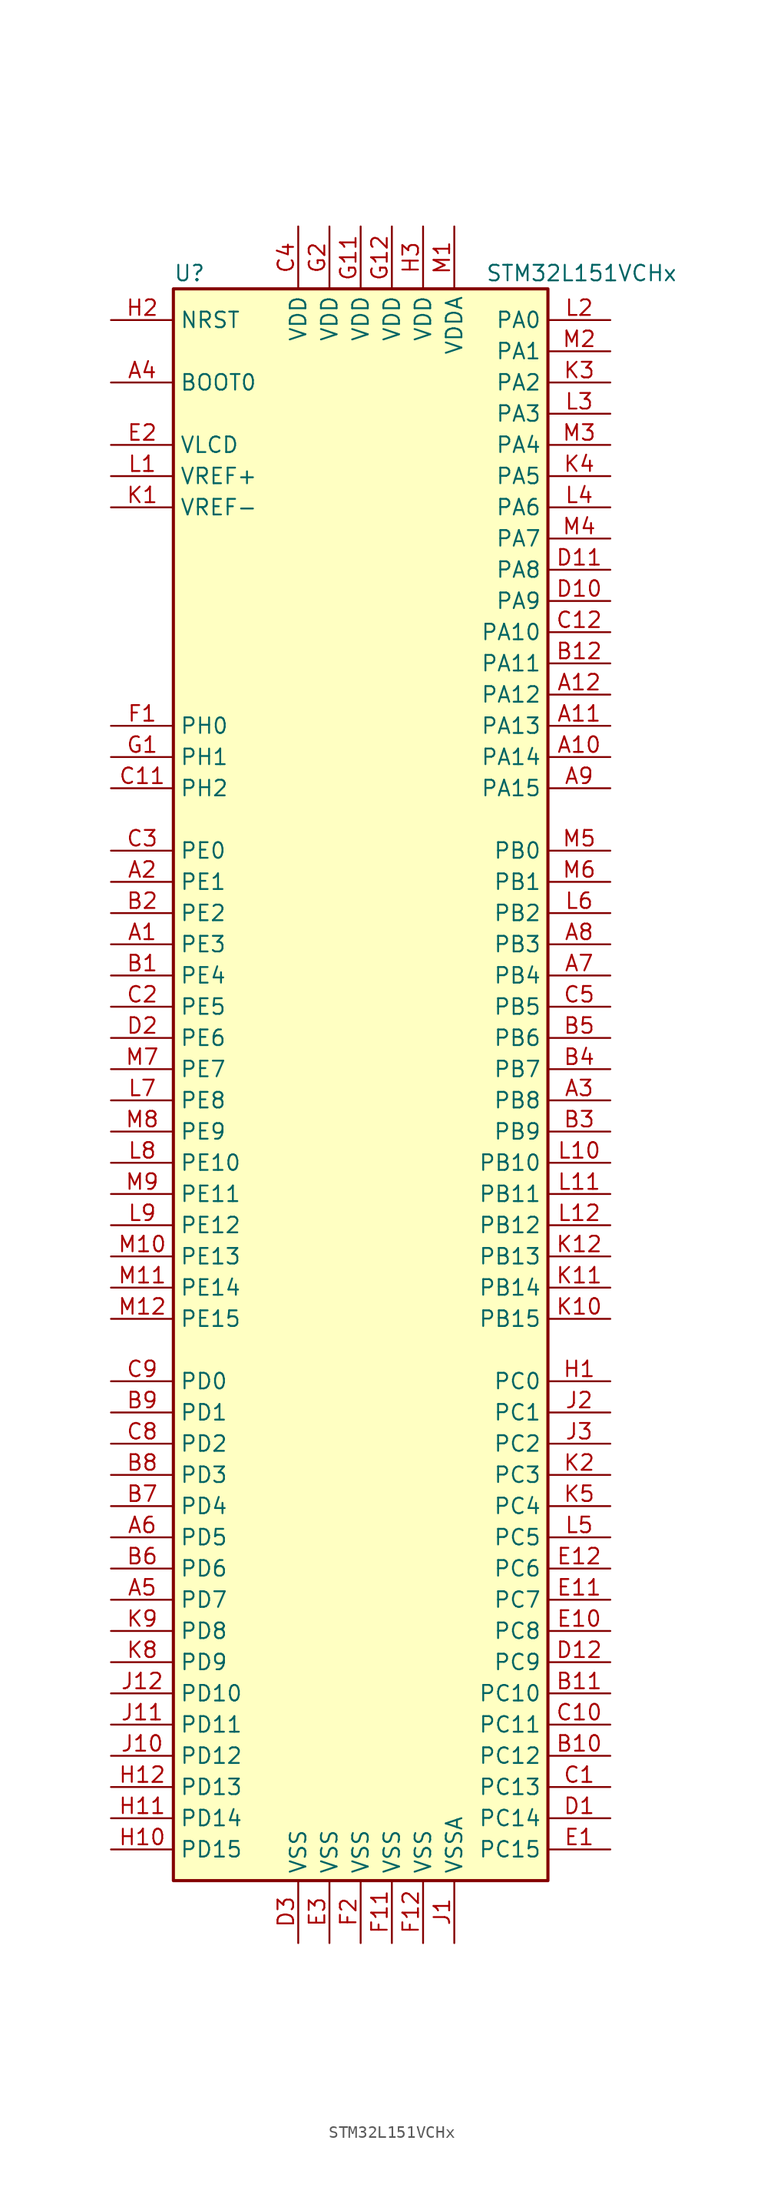
<source format=kicad_sym>
(kicad_symbol_lib
  (version 20201005)
  (generator kicad_symbol_editor)
  (symbol "STM32L151VCHx"
    (property "Reference" "U"
      (at -15.24 64.77 0)
      (effects (font (size 1.27 1.27)) (justify left)))
    (property "Value" "STM32L151VCHx"
      (at 10.16 64.77 0)
      (effects (font (size 1.27 1.27)) (justify left)))
    (symbol "STM32L151VCHx_0_1"
      (rectangle (start -15.24 -66.04) (end 15.24 63.5) (stroke (width 0.254)) (fill (type background))))
    (symbol "STM32L151VCHx_1_1"
      (pin bidirectional line (at -20.32 10.16 0) (length 5.08) (name "PE3" (effects (font (size 1.27 1.27)))) (number "A1" (effects (font (size 1.27 1.27)))))
      (pin bidirectional line (at 20.32 25.4 180) (length 5.08) (name "PA14" (effects (font (size 1.27 1.27)))) (number "A10" (effects (font (size 1.27 1.27)))))
      (pin bidirectional line (at 20.32 27.94 180) (length 5.08) (name "PA13" (effects (font (size 1.27 1.27)))) (number "A11" (effects (font (size 1.27 1.27)))))
      (pin bidirectional line (at 20.32 30.48 180) (length 5.08) (name "PA12" (effects (font (size 1.27 1.27)))) (number "A12" (effects (font (size 1.27 1.27)))))
      (pin bidirectional line (at -20.32 15.24 0) (length 5.08) (name "PE1" (effects (font (size 1.27 1.27)))) (number "A2" (effects (font (size 1.27 1.27)))))
      (pin bidirectional line (at 20.32 -2.54 180) (length 5.08) (name "PB8" (effects (font (size 1.27 1.27)))) (number "A3" (effects (font (size 1.27 1.27)))))
      (pin input line (at -20.32 55.88 0) (length 5.08) (name "BOOT0" (effects (font (size 1.27 1.27)))) (number "A4" (effects (font (size 1.27 1.27)))))
      (pin bidirectional line (at -20.32 -43.18 0) (length 5.08) (name "PD7" (effects (font (size 1.27 1.27)))) (number "A5" (effects (font (size 1.27 1.27)))))
      (pin bidirectional line (at -20.32 -38.1 0) (length 5.08) (name "PD5" (effects (font (size 1.27 1.27)))) (number "A6" (effects (font (size 1.27 1.27)))))
      (pin bidirectional line (at 20.32 7.62 180) (length 5.08) (name "PB4" (effects (font (size 1.27 1.27)))) (number "A7" (effects (font (size 1.27 1.27)))))
      (pin bidirectional line (at 20.32 10.16 180) (length 5.08) (name "PB3" (effects (font (size 1.27 1.27)))) (number "A8" (effects (font (size 1.27 1.27)))))
      (pin bidirectional line (at 20.32 22.86 180) (length 5.08) (name "PA15" (effects (font (size 1.27 1.27)))) (number "A9" (effects (font (size 1.27 1.27)))))
      (pin bidirectional line (at -20.32 7.62 0) (length 5.08) (name "PE4" (effects (font (size 1.27 1.27)))) (number "B1" (effects (font (size 1.27 1.27)))))
      (pin bidirectional line (at 20.32 -55.88 180) (length 5.08) (name "PC12" (effects (font (size 1.27 1.27)))) (number "B10" (effects (font (size 1.27 1.27)))))
      (pin bidirectional line (at 20.32 -50.8 180) (length 5.08) (name "PC10" (effects (font (size 1.27 1.27)))) (number "B11" (effects (font (size 1.27 1.27)))))
      (pin bidirectional line (at 20.32 33.02 180) (length 5.08) (name "PA11" (effects (font (size 1.27 1.27)))) (number "B12" (effects (font (size 1.27 1.27)))))
      (pin bidirectional line (at -20.32 12.7 0) (length 5.08) (name "PE2" (effects (font (size 1.27 1.27)))) (number "B2" (effects (font (size 1.27 1.27)))))
      (pin bidirectional line (at 20.32 -5.08 180) (length 5.08) (name "PB9" (effects (font (size 1.27 1.27)))) (number "B3" (effects (font (size 1.27 1.27)))))
      (pin bidirectional line (at 20.32 0 180) (length 5.08) (name "PB7" (effects (font (size 1.27 1.27)))) (number "B4" (effects (font (size 1.27 1.27)))))
      (pin bidirectional line (at 20.32 2.54 180) (length 5.08) (name "PB6" (effects (font (size 1.27 1.27)))) (number "B5" (effects (font (size 1.27 1.27)))))
      (pin bidirectional line (at -20.32 -40.64 0) (length 5.08) (name "PD6" (effects (font (size 1.27 1.27)))) (number "B6" (effects (font (size 1.27 1.27)))))
      (pin bidirectional line (at -20.32 -35.56 0) (length 5.08) (name "PD4" (effects (font (size 1.27 1.27)))) (number "B7" (effects (font (size 1.27 1.27)))))
      (pin bidirectional line (at -20.32 -33.02 0) (length 5.08) (name "PD3" (effects (font (size 1.27 1.27)))) (number "B8" (effects (font (size 1.27 1.27)))))
      (pin bidirectional line (at -20.32 -27.94 0) (length 5.08) (name "PD1" (effects (font (size 1.27 1.27)))) (number "B9" (effects (font (size 1.27 1.27)))))
      (pin bidirectional line (at 20.32 -58.42 180) (length 5.08) (name "PC13" (effects (font (size 1.27 1.27)))) (number "C1" (effects (font (size 1.27 1.27)))))
      (pin bidirectional line (at 20.32 -53.34 180) (length 5.08) (name "PC11" (effects (font (size 1.27 1.27)))) (number "C10" (effects (font (size 1.27 1.27)))))
      (pin bidirectional line (at -20.32 22.86 0) (length 5.08) (name "PH2" (effects (font (size 1.27 1.27)))) (number "C11" (effects (font (size 1.27 1.27)))))
      (pin bidirectional line (at 20.32 35.56 180) (length 5.08) (name "PA10" (effects (font (size 1.27 1.27)))) (number "C12" (effects (font (size 1.27 1.27)))))
      (pin bidirectional line (at -20.32 5.08 0) (length 5.08) (name "PE5" (effects (font (size 1.27 1.27)))) (number "C2" (effects (font (size 1.27 1.27)))))
      (pin bidirectional line (at -20.32 17.78 0) (length 5.08) (name "PE0" (effects (font (size 1.27 1.27)))) (number "C3" (effects (font (size 1.27 1.27)))))
      (pin power_in line (at -5.08 68.58 270) (length 5.08) (name "VDD" (effects (font (size 1.27 1.27)))) (number "C4" (effects (font (size 1.27 1.27)))))
      (pin bidirectional line (at 20.32 5.08 180) (length 5.08) (name "PB5" (effects (font (size 1.27 1.27)))) (number "C5" (effects (font (size 1.27 1.27)))))
      (pin bidirectional line (at -20.32 -30.48 0) (length 5.08) (name "PD2" (effects (font (size 1.27 1.27)))) (number "C8" (effects (font (size 1.27 1.27)))))
      (pin bidirectional line (at -20.32 -25.4 0) (length 5.08) (name "PD0" (effects (font (size 1.27 1.27)))) (number "C9" (effects (font (size 1.27 1.27)))))
      (pin bidirectional line (at 20.32 -60.96 180) (length 5.08) (name "PC14" (effects (font (size 1.27 1.27)))) (number "D1" (effects (font (size 1.27 1.27)))))
      (pin bidirectional line (at 20.32 38.1 180) (length 5.08) (name "PA9" (effects (font (size 1.27 1.27)))) (number "D10" (effects (font (size 1.27 1.27)))))
      (pin bidirectional line (at 20.32 40.64 180) (length 5.08) (name "PA8" (effects (font (size 1.27 1.27)))) (number "D11" (effects (font (size 1.27 1.27)))))
      (pin bidirectional line (at 20.32 -48.26 180) (length 5.08) (name "PC9" (effects (font (size 1.27 1.27)))) (number "D12" (effects (font (size 1.27 1.27)))))
      (pin bidirectional line (at -20.32 2.54 0) (length 5.08) (name "PE6" (effects (font (size 1.27 1.27)))) (number "D2" (effects (font (size 1.27 1.27)))))
      (pin power_in line (at -5.08 -71.12 90) (length 5.08) (name "VSS" (effects (font (size 1.27 1.27)))) (number "D3" (effects (font (size 1.27 1.27)))))
      (pin bidirectional line (at 20.32 -63.5 180) (length 5.08) (name "PC15" (effects (font (size 1.27 1.27)))) (number "E1" (effects (font (size 1.27 1.27)))))
      (pin bidirectional line (at 20.32 -45.72 180) (length 5.08) (name "PC8" (effects (font (size 1.27 1.27)))) (number "E10" (effects (font (size 1.27 1.27)))))
      (pin bidirectional line (at 20.32 -43.18 180) (length 5.08) (name "PC7" (effects (font (size 1.27 1.27)))) (number "E11" (effects (font (size 1.27 1.27)))))
      (pin bidirectional line (at 20.32 -40.64 180) (length 5.08) (name "PC6" (effects (font (size 1.27 1.27)))) (number "E12" (effects (font (size 1.27 1.27)))))
      (pin power_in line (at -20.32 50.8 0) (length 5.08) (name "VLCD" (effects (font (size 1.27 1.27)))) (number "E2" (effects (font (size 1.27 1.27)))))
      (pin power_in line (at -2.54 -71.12 90) (length 5.08) (name "VSS" (effects (font (size 1.27 1.27)))) (number "E3" (effects (font (size 1.27 1.27)))))
      (pin input line (at -20.32 27.94 0) (length 5.08) (name "PH0" (effects (font (size 1.27 1.27)))) (number "F1" (effects (font (size 1.27 1.27)))))
      (pin power_in line (at 2.54 -71.12 90) (length 5.08) (name "VSS" (effects (font (size 1.27 1.27)))) (number "F11" (effects (font (size 1.27 1.27)))))
      (pin power_in line (at 5.08 -71.12 90) (length 5.08) (name "VSS" (effects (font (size 1.27 1.27)))) (number "F12" (effects (font (size 1.27 1.27)))))
      (pin power_in line (at 0 -71.12 90) (length 5.08) (name "VSS" (effects (font (size 1.27 1.27)))) (number "F2" (effects (font (size 1.27 1.27)))))
      (pin input line (at -20.32 25.4 0) (length 5.08) (name "PH1" (effects (font (size 1.27 1.27)))) (number "G1" (effects (font (size 1.27 1.27)))))
      (pin power_in line (at 0 68.58 270) (length 5.08) (name "VDD" (effects (font (size 1.27 1.27)))) (number "G11" (effects (font (size 1.27 1.27)))))
      (pin power_in line (at 2.54 68.58 270) (length 5.08) (name "VDD" (effects (font (size 1.27 1.27)))) (number "G12" (effects (font (size 1.27 1.27)))))
      (pin power_in line (at -2.54 68.58 270) (length 5.08) (name "VDD" (effects (font (size 1.27 1.27)))) (number "G2" (effects (font (size 1.27 1.27)))))
      (pin bidirectional line (at 20.32 -25.4 180) (length 5.08) (name "PC0" (effects (font (size 1.27 1.27)))) (number "H1" (effects (font (size 1.27 1.27)))))
      (pin bidirectional line (at -20.32 -63.5 0) (length 5.08) (name "PD15" (effects (font (size 1.27 1.27)))) (number "H10" (effects (font (size 1.27 1.27)))))
      (pin bidirectional line (at -20.32 -60.96 0) (length 5.08) (name "PD14" (effects (font (size 1.27 1.27)))) (number "H11" (effects (font (size 1.27 1.27)))))
      (pin bidirectional line (at -20.32 -58.42 0) (length 5.08) (name "PD13" (effects (font (size 1.27 1.27)))) (number "H12" (effects (font (size 1.27 1.27)))))
      (pin input line (at -20.32 60.96 0) (length 5.08) (name "NRST" (effects (font (size 1.27 1.27)))) (number "H2" (effects (font (size 1.27 1.27)))))
      (pin power_in line (at 5.08 68.58 270) (length 5.08) (name "VDD" (effects (font (size 1.27 1.27)))) (number "H3" (effects (font (size 1.27 1.27)))))
      (pin power_in line (at 7.62 -71.12 90) (length 5.08) (name "VSSA" (effects (font (size 1.27 1.27)))) (number "J1" (effects (font (size 1.27 1.27)))))
      (pin bidirectional line (at -20.32 -55.88 0) (length 5.08) (name "PD12" (effects (font (size 1.27 1.27)))) (number "J10" (effects (font (size 1.27 1.27)))))
      (pin bidirectional line (at -20.32 -53.34 0) (length 5.08) (name "PD11" (effects (font (size 1.27 1.27)))) (number "J11" (effects (font (size 1.27 1.27)))))
      (pin bidirectional line (at -20.32 -50.8 0) (length 5.08) (name "PD10" (effects (font (size 1.27 1.27)))) (number "J12" (effects (font (size 1.27 1.27)))))
      (pin bidirectional line (at 20.32 -27.94 180) (length 5.08) (name "PC1" (effects (font (size 1.27 1.27)))) (number "J2" (effects (font (size 1.27 1.27)))))
      (pin bidirectional line (at 20.32 -30.48 180) (length 5.08) (name "PC2" (effects (font (size 1.27 1.27)))) (number "J3" (effects (font (size 1.27 1.27)))))
      (pin power_in line (at -20.32 45.72 0) (length 5.08) (name "VREF-" (effects (font (size 1.27 1.27)))) (number "K1" (effects (font (size 1.27 1.27)))))
      (pin bidirectional line (at 20.32 -20.32 180) (length 5.08) (name "PB15" (effects (font (size 1.27 1.27)))) (number "K10" (effects (font (size 1.27 1.27)))))
      (pin bidirectional line (at 20.32 -17.78 180) (length 5.08) (name "PB14" (effects (font (size 1.27 1.27)))) (number "K11" (effects (font (size 1.27 1.27)))))
      (pin bidirectional line (at 20.32 -15.24 180) (length 5.08) (name "PB13" (effects (font (size 1.27 1.27)))) (number "K12" (effects (font (size 1.27 1.27)))))
      (pin bidirectional line (at 20.32 -33.02 180) (length 5.08) (name "PC3" (effects (font (size 1.27 1.27)))) (number "K2" (effects (font (size 1.27 1.27)))))
      (pin bidirectional line (at 20.32 55.88 180) (length 5.08) (name "PA2" (effects (font (size 1.27 1.27)))) (number "K3" (effects (font (size 1.27 1.27)))))
      (pin bidirectional line (at 20.32 48.26 180) (length 5.08) (name "PA5" (effects (font (size 1.27 1.27)))) (number "K4" (effects (font (size 1.27 1.27)))))
      (pin bidirectional line (at 20.32 -35.56 180) (length 5.08) (name "PC4" (effects (font (size 1.27 1.27)))) (number "K5" (effects (font (size 1.27 1.27)))))
      (pin bidirectional line (at -20.32 -48.26 0) (length 5.08) (name "PD9" (effects (font (size 1.27 1.27)))) (number "K8" (effects (font (size 1.27 1.27)))))
      (pin bidirectional line (at -20.32 -45.72 0) (length 5.08) (name "PD8" (effects (font (size 1.27 1.27)))) (number "K9" (effects (font (size 1.27 1.27)))))
      (pin power_in line (at -20.32 48.26 0) (length 5.08) (name "VREF+" (effects (font (size 1.27 1.27)))) (number "L1" (effects (font (size 1.27 1.27)))))
      (pin bidirectional line (at 20.32 -7.62 180) (length 5.08) (name "PB10" (effects (font (size 1.27 1.27)))) (number "L10" (effects (font (size 1.27 1.27)))))
      (pin bidirectional line (at 20.32 -10.16 180) (length 5.08) (name "PB11" (effects (font (size 1.27 1.27)))) (number "L11" (effects (font (size 1.27 1.27)))))
      (pin bidirectional line (at 20.32 -12.7 180) (length 5.08) (name "PB12" (effects (font (size 1.27 1.27)))) (number "L12" (effects (font (size 1.27 1.27)))))
      (pin bidirectional line (at 20.32 60.96 180) (length 5.08) (name "PA0" (effects (font (size 1.27 1.27)))) (number "L2" (effects (font (size 1.27 1.27)))))
      (pin bidirectional line (at 20.32 53.34 180) (length 5.08) (name "PA3" (effects (font (size 1.27 1.27)))) (number "L3" (effects (font (size 1.27 1.27)))))
      (pin bidirectional line (at 20.32 45.72 180) (length 5.08) (name "PA6" (effects (font (size 1.27 1.27)))) (number "L4" (effects (font (size 1.27 1.27)))))
      (pin bidirectional line (at 20.32 -38.1 180) (length 5.08) (name "PC5" (effects (font (size 1.27 1.27)))) (number "L5" (effects (font (size 1.27 1.27)))))
      (pin bidirectional line (at 20.32 12.7 180) (length 5.08) (name "PB2" (effects (font (size 1.27 1.27)))) (number "L6" (effects (font (size 1.27 1.27)))))
      (pin bidirectional line (at -20.32 -2.54 0) (length 5.08) (name "PE8" (effects (font (size 1.27 1.27)))) (number "L7" (effects (font (size 1.27 1.27)))))
      (pin bidirectional line (at -20.32 -7.62 0) (length 5.08) (name "PE10" (effects (font (size 1.27 1.27)))) (number "L8" (effects (font (size 1.27 1.27)))))
      (pin bidirectional line (at -20.32 -12.7 0) (length 5.08) (name "PE12" (effects (font (size 1.27 1.27)))) (number "L9" (effects (font (size 1.27 1.27)))))
      (pin power_in line (at 7.62 68.58 270) (length 5.08) (name "VDDA" (effects (font (size 1.27 1.27)))) (number "M1" (effects (font (size 1.27 1.27)))))
      (pin bidirectional line (at -20.32 -15.24 0) (length 5.08) (name "PE13" (effects (font (size 1.27 1.27)))) (number "M10" (effects (font (size 1.27 1.27)))))
      (pin bidirectional line (at -20.32 -17.78 0) (length 5.08) (name "PE14" (effects (font (size 1.27 1.27)))) (number "M11" (effects (font (size 1.27 1.27)))))
      (pin bidirectional line (at -20.32 -20.32 0) (length 5.08) (name "PE15" (effects (font (size 1.27 1.27)))) (number "M12" (effects (font (size 1.27 1.27)))))
      (pin bidirectional line (at 20.32 58.42 180) (length 5.08) (name "PA1" (effects (font (size 1.27 1.27)))) (number "M2" (effects (font (size 1.27 1.27)))))
      (pin bidirectional line (at 20.32 50.8 180) (length 5.08) (name "PA4" (effects (font (size 1.27 1.27)))) (number "M3" (effects (font (size 1.27 1.27)))))
      (pin bidirectional line (at 20.32 43.18 180) (length 5.08) (name "PA7" (effects (font (size 1.27 1.27)))) (number "M4" (effects (font (size 1.27 1.27)))))
      (pin bidirectional line (at 20.32 17.78 180) (length 5.08) (name "PB0" (effects (font (size 1.27 1.27)))) (number "M5" (effects (font (size 1.27 1.27)))))
      (pin bidirectional line (at 20.32 15.24 180) (length 5.08) (name "PB1" (effects (font (size 1.27 1.27)))) (number "M6" (effects (font (size 1.27 1.27)))))
      (pin bidirectional line (at -20.32 0 0) (length 5.08) (name "PE7" (effects (font (size 1.27 1.27)))) (number "M7" (effects (font (size 1.27 1.27)))))
      (pin bidirectional line (at -20.32 -5.08 0) (length 5.08) (name "PE9" (effects (font (size 1.27 1.27)))) (number "M8" (effects (font (size 1.27 1.27)))))
      (pin bidirectional line (at -20.32 -10.16 0) (length 5.08) (name "PE11" (effects (font (size 1.27 1.27)))) (number "M9" (effects (font (size 1.27 1.27))))))))
</source>
